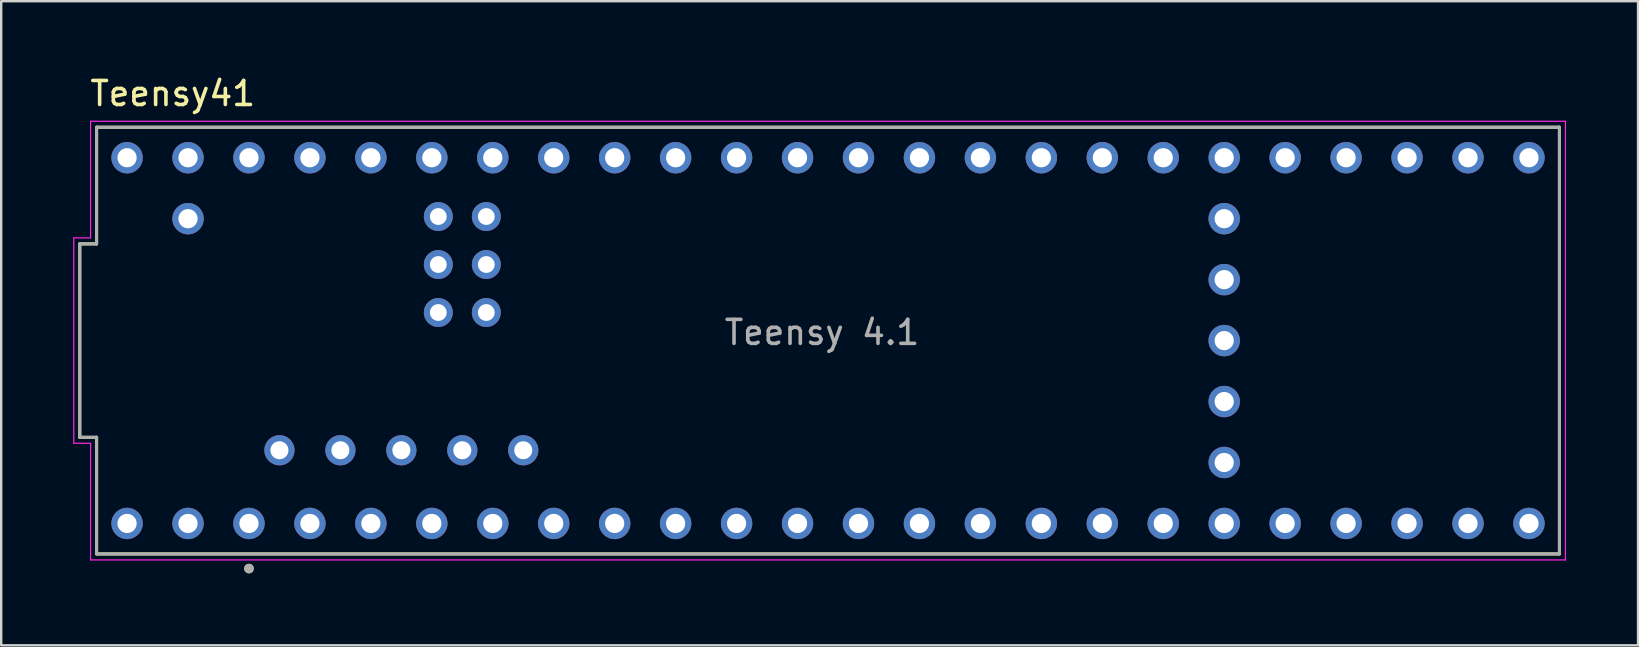
<source format=kicad_pcb>
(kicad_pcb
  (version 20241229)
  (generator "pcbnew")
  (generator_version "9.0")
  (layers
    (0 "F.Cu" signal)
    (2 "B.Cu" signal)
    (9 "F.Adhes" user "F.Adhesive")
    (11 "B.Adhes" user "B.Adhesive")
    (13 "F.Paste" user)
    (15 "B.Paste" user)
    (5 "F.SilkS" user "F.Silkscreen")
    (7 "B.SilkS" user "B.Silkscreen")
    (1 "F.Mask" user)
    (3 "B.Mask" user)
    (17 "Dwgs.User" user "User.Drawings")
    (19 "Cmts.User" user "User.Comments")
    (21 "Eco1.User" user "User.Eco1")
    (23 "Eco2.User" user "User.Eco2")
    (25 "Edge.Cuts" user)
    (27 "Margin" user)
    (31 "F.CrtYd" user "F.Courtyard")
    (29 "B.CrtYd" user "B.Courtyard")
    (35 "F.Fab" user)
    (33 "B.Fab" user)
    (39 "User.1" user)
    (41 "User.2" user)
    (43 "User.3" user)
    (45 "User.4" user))
  (footprint "Teensy41"
    (layer "F.Cu")
    (at 31.455 11.143)
    (property "Reference" "Teensy41" (at -27.305 -10.295 0) (layer "F.SilkS") (effects (font (size 1 1) (thickness 0.15))))
    (attr through_hole)
    (fp_line (start -31.18 4.03) (end -31.18 -4.03) (stroke (width 0.127) (type solid)) (layer "F.SilkS"))
    (fp_line (start -30.48 -8.89) (end -30.48 -4.03) (stroke (width 0.127) (type solid)) (layer "F.SilkS"))
    (fp_line (start -30.48 -8.89) (end 30.48 -8.89) (stroke (width 0.127) (type solid)) (layer "F.SilkS"))
    (fp_line (start -30.48 -4.03) (end -31.18 -4.03) (stroke (width 0.127) (type solid)) (layer "F.SilkS"))
    (fp_line (start -30.48 4.03) (end -31.18 4.03) (stroke (width 0.127) (type solid)) (layer "F.SilkS"))
    (fp_line (start -30.48 8.89) (end -30.48 4.03) (stroke (width 0.127) (type solid)) (layer "F.SilkS"))
    (fp_line (start 30.48 -8.89) (end 30.48 8.89) (stroke (width 0.127) (type solid)) (layer "F.SilkS"))
    (fp_line (start 30.48 8.89) (end -30.48 8.89) (stroke (width 0.127) (type solid)) (layer "F.SilkS"))
    (fp_circle (center -24.13 9.5) (end -24.03 9.5) (stroke (width 0.2) (type solid)) (fill no) (layer "F.SilkS"))
    (fp_line (start -31.43 4.28) (end -31.43 -4.28) (stroke (width 0.05) (type solid)) (layer "F.CrtYd"))
    (fp_line (start -30.73 -9.14) (end -30.73 -4.28) (stroke (width 0.05) (type solid)) (layer "F.CrtYd"))
    (fp_line (start -30.73 -9.14) (end 30.73 -9.14) (stroke (width 0.05) (type solid)) (layer "F.CrtYd"))
    (fp_line (start -30.73 -4.28) (end -31.43 -4.28) (stroke (width 0.05) (type solid)) (layer "F.CrtYd"))
    (fp_line (start -30.73 4.28) (end -31.43 4.28) (stroke (width 0.05) (type solid)) (layer "F.CrtYd"))
    (fp_line (start -30.73 9.14) (end -30.73 4.28) (stroke (width 0.05) (type solid)) (layer "F.CrtYd"))
    (fp_line (start 30.73 -9.14) (end 30.73 9.14) (stroke (width 0.05) (type solid)) (layer "F.CrtYd"))
    (fp_line (start 30.73 9.14) (end -30.73 9.14) (stroke (width 0.05) (type solid)) (layer "F.CrtYd"))
    (fp_line (start -31.18 4.03) (end -31.18 -4.03) (stroke (width 0.127) (type solid)) (layer "F.Fab"))
    (fp_line (start -30.48 -8.89) (end -30.48 -4.03) (stroke (width 0.127) (type solid)) (layer "F.Fab"))
    (fp_line (start -30.48 -8.89) (end 30.48 -8.89) (stroke (width 0.127) (type solid)) (layer "F.Fab"))
    (fp_line (start -30.48 -4.03) (end -31.18 -4.03) (stroke (width 0.127) (type solid)) (layer "F.Fab"))
    (fp_line (start -30.48 4.03) (end -31.18 4.03) (stroke (width 0.127) (type solid)) (layer "F.Fab"))
    (fp_line (start -30.48 8.89) (end -30.48 4.03) (stroke (width 0.127) (type solid)) (layer "F.Fab"))
    (fp_line (start 30.48 -8.89) (end 30.48 8.89) (stroke (width 0.127) (type solid)) (layer "F.Fab"))
    (fp_line (start 30.48 8.89) (end -30.48 8.89) (stroke (width 0.127) (type solid)) (layer "F.Fab"))
    (fp_circle (center -24.13 9.5) (end -24.03 9.5) (stroke (width 0.2) (type solid)) (fill no) (layer "F.Fab"))
    (fp_text user "Teensy 4.1" (at -0.25 -0.34 0) (layer "F.Fab") (effects (font (size 1 1) (thickness 0.15))))
    (pad "0" thru_hole circle (at -26.67 7.62) (size 1.308 1.308) (drill 0.8) (layers "*.Cu" "*.Mask"))
    (pad "1" thru_hole circle (at -24.13 7.62) (size 1.308 1.308) (drill 0.8) (layers "*.Cu" "*.Mask"))
    (pad "2" thru_hole circle (at -21.59 7.62) (size 1.308 1.308) (drill 0.8) (layers "*.Cu" "*.Mask"))
    (pad "3" thru_hole circle (at -19.05 7.62) (size 1.308 1.308) (drill 0.8) (layers "*.Cu" "*.Mask"))
    (pad "3.3V_1" thru_hole circle (at 6.35 7.62) (size 1.308 1.308) (drill 0.8) (layers "*.Cu" "*.Mask"))
    (pad "3.3V_2" thru_hole circle (at -24.13 -7.62) (size 1.308 1.308) (drill 0.8) (layers "*.Cu" "*.Mask"))
    (pad "3.3V_3" thru_hole circle (at 16.51 2.54) (size 1.308 1.308) (drill 0.8) (layers "*.Cu" "*.Mask"))
    (pad "4" thru_hole circle (at -16.51 7.62) (size 1.308 1.308) (drill 0.8) (layers "*.Cu" "*.Mask"))
    (pad "5" thru_hole circle (at -13.97 7.62) (size 1.308 1.308) (drill 0.8) (layers "*.Cu" "*.Mask"))
    (pad "5V" thru_hole circle (at -22.86 4.57) (size 1.258 1.258) (drill 0.75) (layers "*.Cu" "*.Mask"))
    (pad "6" thru_hole circle (at -11.43 7.62) (size 1.308 1.308) (drill 0.8) (layers "*.Cu" "*.Mask"))
    (pad "7" thru_hole circle (at -8.89 7.62) (size 1.308 1.308) (drill 0.8) (layers "*.Cu" "*.Mask"))
    (pad "8" thru_hole circle (at -6.35 7.62) (size 1.308 1.308) (drill 0.8) (layers "*.Cu" "*.Mask"))
    (pad "9" thru_hole circle (at -3.81 7.62) (size 1.308 1.308) (drill 0.8) (layers "*.Cu" "*.Mask"))
    (pad "10" thru_hole circle (at -1.27 7.62) (size 1.308 1.308) (drill 0.8) (layers "*.Cu" "*.Mask"))
    (pad "11" thru_hole circle (at 1.27 7.62) (size 1.308 1.308) (drill 0.8) (layers "*.Cu" "*.Mask"))
    (pad "12" thru_hole circle (at 3.81 7.62) (size 1.308 1.308) (drill 0.8) (layers "*.Cu" "*.Mask"))
    (pad "13" thru_hole circle (at 3.81 -7.62) (size 1.308 1.308) (drill 0.8) (layers "*.Cu" "*.Mask"))
    (pad "14" thru_hole circle (at 1.27 -7.62) (size 1.308 1.308) (drill 0.8) (layers "*.Cu" "*.Mask"))
    (pad "15" thru_hole circle (at -1.27 -7.62) (size 1.308 1.308) (drill 0.8) (layers "*.Cu" "*.Mask"))
    (pad "16" thru_hole circle (at -3.81 -7.62) (size 1.308 1.308) (drill 0.8) (layers "*.Cu" "*.Mask"))
    (pad "17" thru_hole circle (at -6.35 -7.62) (size 1.308 1.308) (drill 0.8) (layers "*.Cu" "*.Mask"))
    (pad "18" thru_hole circle (at -8.89 -7.62) (size 1.308 1.308) (drill 0.8) (layers "*.Cu" "*.Mask"))
    (pad "19" thru_hole circle (at -11.43 -7.62) (size 1.308 1.308) (drill 0.8) (layers "*.Cu" "*.Mask"))
    (pad "20" thru_hole circle (at -13.97 -7.62) (size 1.308 1.308) (drill 0.8) (layers "*.Cu" "*.Mask"))
    (pad "21" thru_hole circle (at -16.51 -7.62) (size 1.308 1.308) (drill 0.8) (layers "*.Cu" "*.Mask"))
    (pad "22" thru_hole circle (at -19.05 -7.62) (size 1.308 1.308) (drill 0.8) (layers "*.Cu" "*.Mask"))
    (pad "23" thru_hole circle (at -21.59 -7.62) (size 1.308 1.308) (drill 0.8) (layers "*.Cu" "*.Mask"))
    (pad "24" thru_hole circle (at 8.89 7.62) (size 1.308 1.308) (drill 0.8) (layers "*.Cu" "*.Mask"))
    (pad "25" thru_hole circle (at 11.43 7.62) (size 1.308 1.308) (drill 0.8) (layers "*.Cu" "*.Mask"))
    (pad "26" thru_hole circle (at 13.97 7.62) (size 1.308 1.308) (drill 0.8) (layers "*.Cu" "*.Mask"))
    (pad "27" thru_hole circle (at 16.51 7.62) (size 1.308 1.308) (drill 0.8) (layers "*.Cu" "*.Mask"))
    (pad "28" thru_hole circle (at 19.05 7.62) (size 1.308 1.308) (drill 0.8) (layers "*.Cu" "*.Mask"))
    (pad "29" thru_hole circle (at 21.59 7.62) (size 1.308 1.308) (drill 0.8) (layers "*.Cu" "*.Mask"))
    (pad "30" thru_hole circle (at 24.13 7.62) (size 1.308 1.308) (drill 0.8) (layers "*.Cu" "*.Mask"))
    (pad "31" thru_hole circle (at 26.67 7.62) (size 1.308 1.308) (drill 0.8) (layers "*.Cu" "*.Mask"))
    (pad "32" thru_hole circle (at 29.21 7.62) (size 1.308 1.308) (drill 0.8) (layers "*.Cu" "*.Mask"))
    (pad "33" thru_hole circle (at 29.21 -7.62) (size 1.308 1.308) (drill 0.8) (layers "*.Cu" "*.Mask"))
    (pad "34" thru_hole circle (at 26.67 -7.62) (size 1.308 1.308) (drill 0.8) (layers "*.Cu" "*.Mask"))
    (pad "35" thru_hole circle (at 24.13 -7.62) (size 1.308 1.308) (drill 0.8) (layers "*.Cu" "*.Mask"))
    (pad "36" thru_hole circle (at 21.59 -7.62) (size 1.308 1.308) (drill 0.8) (layers "*.Cu" "*.Mask"))
    (pad "37" thru_hole circle (at 19.05 -7.62) (size 1.308 1.308) (drill 0.8) (layers "*.Cu" "*.Mask"))
    (pad "38" thru_hole circle (at 16.51 -7.62) (size 1.308 1.308) (drill 0.8) (layers "*.Cu" "*.Mask"))
    (pad "39" thru_hole circle (at 13.97 -7.62) (size 1.308 1.308) (drill 0.8) (layers "*.Cu" "*.Mask"))
    (pad "40" thru_hole circle (at 11.43 -7.62) (size 1.308 1.308) (drill 0.8) (layers "*.Cu" "*.Mask"))
    (pad "41" thru_hole circle (at 8.89 -7.62) (size 1.308 1.308) (drill 0.8) (layers "*.Cu" "*.Mask"))
    (pad "D+" thru_hole circle (at -17.78 4.57) (size 1.258 1.258) (drill 0.75) (layers "*.Cu" "*.Mask"))
    (pad "D-" thru_hole circle (at -20.32 4.57) (size 1.258 1.258) (drill 0.75) (layers "*.Cu" "*.Mask"))
    (pad "GND1" thru_hole circle (at -29.21 7.62) (size 1.308 1.308) (drill 0.8) (layers "*.Cu" "*.Mask"))
    (pad "GND2" thru_hole circle (at 6.35 -7.62) (size 1.308 1.308) (drill 0.8) (layers "*.Cu" "*.Mask"))
    (pad "GND3" thru_hole circle (at -26.67 -7.62) (size 1.308 1.308) (drill 0.8) (layers "*.Cu" "*.Mask"))
    (pad "GND4" thru_hole circle (at 16.51 0) (size 1.308 1.308) (drill 0.8) (layers "*.Cu" "*.Mask"))
    (pad "GND5" thru_hole circle (at -14.24 -3.17) (size 1.208 1.208) (drill 0.7) (layers "*.Cu" "*.Mask"))
    (pad "LED" thru_hole circle (at -16.24 -3.17) (size 1.208 1.208) (drill 0.7) (layers "*.Cu" "*.Mask"))
    (pad "ON/OFF" thru_hole circle (at 16.51 -5.08) (size 1.308 1.308) (drill 0.8) (layers "*.Cu" "*.Mask"))
    (pad "PROGRAM" thru_hole circle (at 16.51 -2.54) (size 1.308 1.308) (drill 0.8) (layers "*.Cu" "*.Mask"))
    (pad "R+" thru_hole circle (at -16.24 -5.17) (size 1.208 1.208) (drill 0.7) (layers "*.Cu" "*.Mask"))
    (pad "R-" thru_hole circle (at -14.24 -5.17) (size 1.208 1.208) (drill 0.7) (layers "*.Cu" "*.Mask"))
    (pad "T+" thru_hole circle (at -14.24 -1.17) (size 1.208 1.208) (drill 0.7) (layers "*.Cu" "*.Mask"))
    (pad "T-" thru_hole circle (at -16.24 -1.17) (size 1.208 1.208) (drill 0.7) (layers "*.Cu" "*.Mask"))
    (pad "USB_GND1" thru_hole circle (at -15.24 4.57) (size 1.258 1.258) (drill 0.75) (layers "*.Cu" "*.Mask"))
    (pad "USB_GND2" thru_hole circle (at -12.7 4.57) (size 1.258 1.258) (drill 0.75) (layers "*.Cu" "*.Mask"))
    (pad "VBAT" thru_hole circle (at 16.51 5.08) (size 1.308 1.308) (drill 0.8) (layers "*.Cu" "*.Mask"))
    (pad "VIN" thru_hole circle (at -29.21 -7.62) (size 1.308 1.308) (drill 0.8) (layers "*.Cu" "*.Mask"))
    (pad "VUSB" thru_hole circle (at -26.67 -5.08) (size 1.308 1.308) (drill 0.8) (layers "*.Cu" "*.Mask")))
  (gr_rect
    (start -3 -3)
    (end 65.21 23.843)
    (stroke (width 0.1) (type default))
    (fill no)
    (layer "Edge.Cuts")))
</source>
